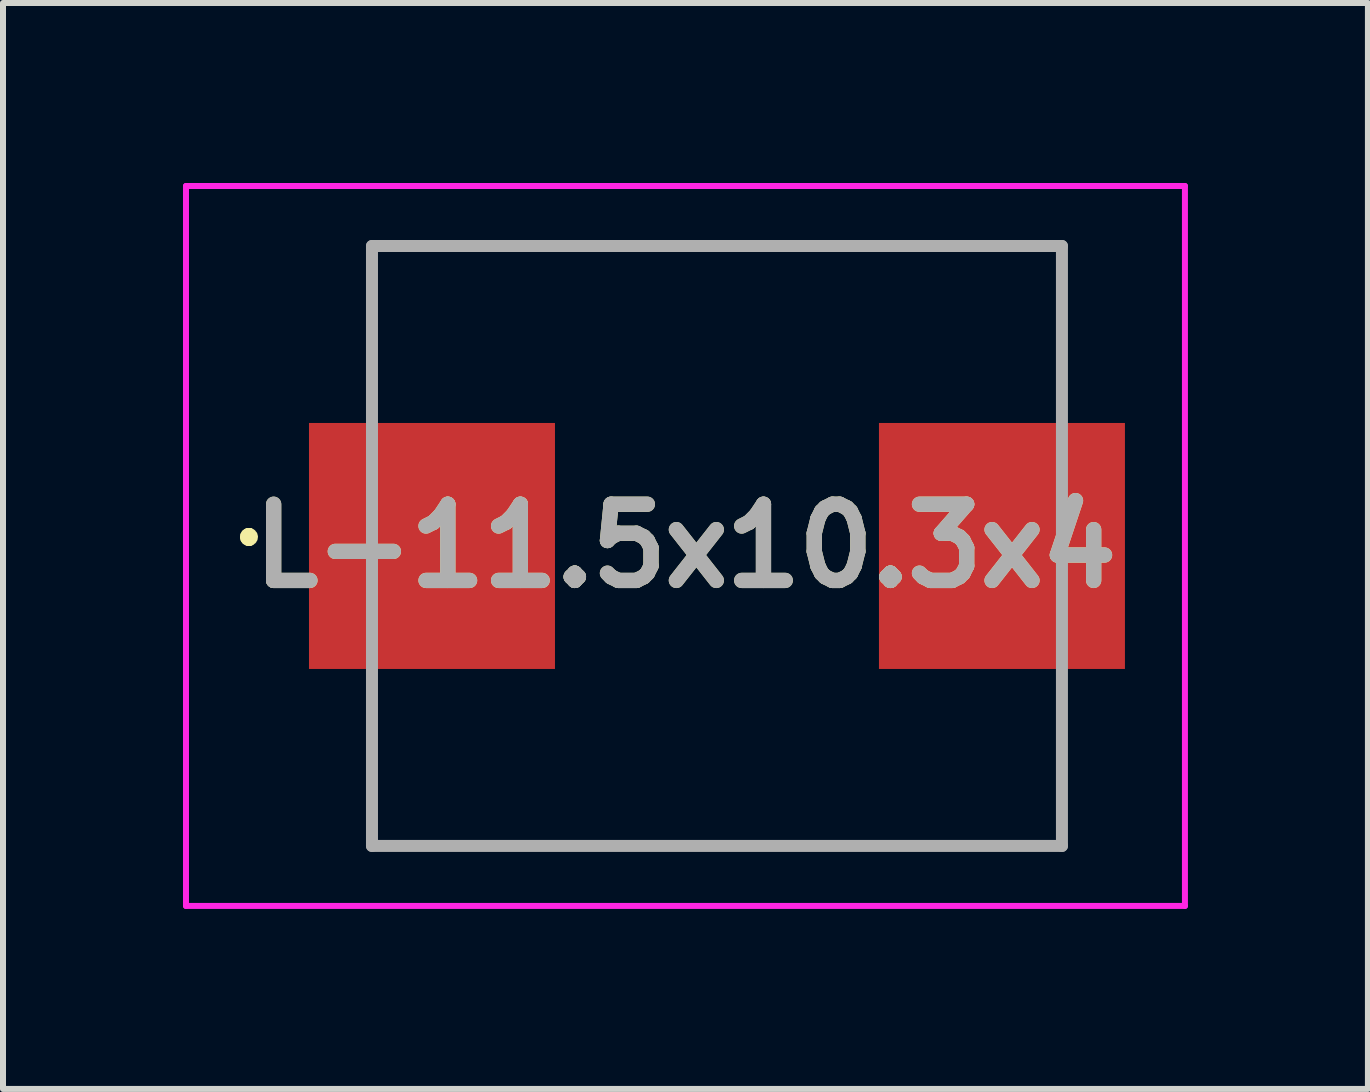
<source format=kicad_pcb>
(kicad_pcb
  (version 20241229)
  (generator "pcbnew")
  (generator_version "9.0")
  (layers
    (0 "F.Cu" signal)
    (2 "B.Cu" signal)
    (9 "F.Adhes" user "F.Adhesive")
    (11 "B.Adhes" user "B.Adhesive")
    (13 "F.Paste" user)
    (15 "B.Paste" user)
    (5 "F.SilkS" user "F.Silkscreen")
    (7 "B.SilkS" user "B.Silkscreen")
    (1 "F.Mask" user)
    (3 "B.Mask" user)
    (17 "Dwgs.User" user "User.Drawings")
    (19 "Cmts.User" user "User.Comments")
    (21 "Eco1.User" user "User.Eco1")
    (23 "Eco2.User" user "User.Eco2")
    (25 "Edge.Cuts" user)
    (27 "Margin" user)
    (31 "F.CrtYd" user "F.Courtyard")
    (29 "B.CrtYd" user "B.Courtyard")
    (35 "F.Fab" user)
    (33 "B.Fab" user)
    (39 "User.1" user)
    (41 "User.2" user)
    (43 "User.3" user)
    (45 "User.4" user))
  (footprint "L-11.5x10.3x4"
    (layer "F.Cu")
    (at 8.9 6.05)
    (property "Reference" "L-11.5x10.3x4" (at -0.525 0 0) (layer "F.SilkS") (effects (font (size 1.27 1.27) (thickness 0.254))))
    (attr smd)
    (fp_line (start -7.8 -0.2) (end -7.8 -0.2) (stroke (width 0.2) (type solid)) (layer "F.SilkS"))
    (fp_line (start -7.8 -0.2) (end -7.8 -0.2) (stroke (width 0.2) (type solid)) (layer "F.SilkS"))
    (fp_line (start -7.8 -0.1) (end -7.8 -0.1) (stroke (width 0.2) (type solid)) (layer "F.SilkS"))
    (fp_line (start -5.75 -5) (end -5.75 -5) (stroke (width 0.1) (type solid)) (layer "F.SilkS"))
    (fp_line (start -5.75 -5) (end -5.75 -5) (stroke (width 0.1) (type solid)) (layer "F.SilkS"))
    (fp_line (start -5.75 -5) (end -5.75 -2.5) (stroke (width 0.1) (type solid)) (layer "F.SilkS"))
    (fp_line (start -5.75 -5) (end 5.75 -5) (stroke (width 0.1) (type solid)) (layer "F.SilkS"))
    (fp_line (start -5.75 -2.5) (end -5.75 -5) (stroke (width 0.1) (type solid)) (layer "F.SilkS"))
    (fp_line (start -5.75 -2.5) (end -5.75 -2.5) (stroke (width 0.1) (type solid)) (layer "F.SilkS"))
    (fp_line (start -5.75 2.75) (end -5.75 2.75) (stroke (width 0.1) (type solid)) (layer "F.SilkS"))
    (fp_line (start -5.75 2.75) (end -5.75 5) (stroke (width 0.1) (type solid)) (layer "F.SilkS"))
    (fp_line (start -5.75 5) (end -5.75 2.75) (stroke (width 0.1) (type solid)) (layer "F.SilkS"))
    (fp_line (start -5.75 5) (end -5.75 5) (stroke (width 0.1) (type solid)) (layer "F.SilkS"))
    (fp_line (start -5.75 5) (end -5.75 5) (stroke (width 0.1) (type solid)) (layer "F.SilkS"))
    (fp_line (start -5.75 5) (end 5.75 5) (stroke (width 0.1) (type solid)) (layer "F.SilkS"))
    (fp_line (start 5.75 -5) (end -5.75 -5) (stroke (width 0.1) (type solid)) (layer "F.SilkS"))
    (fp_line (start 5.75 -5) (end 5.75 -5) (stroke (width 0.1) (type solid)) (layer "F.SilkS"))
    (fp_line (start 5.75 -5) (end 5.75 -5) (stroke (width 0.1) (type solid)) (layer "F.SilkS"))
    (fp_line (start 5.75 -5) (end 5.75 -2.5) (stroke (width 0.1) (type solid)) (layer "F.SilkS"))
    (fp_line (start 5.75 -2.5) (end 5.75 -5) (stroke (width 0.1) (type solid)) (layer "F.SilkS"))
    (fp_line (start 5.75 -2.5) (end 5.75 -2.5) (stroke (width 0.1) (type solid)) (layer "F.SilkS"))
    (fp_line (start 5.75 2.5) (end 5.75 2.5) (stroke (width 0.1) (type solid)) (layer "F.SilkS"))
    (fp_line (start 5.75 2.5) (end 5.75 5) (stroke (width 0.1) (type solid)) (layer "F.SilkS"))
    (fp_line (start 5.75 5) (end -5.75 5) (stroke (width 0.1) (type solid)) (layer "F.SilkS"))
    (fp_line (start 5.75 5) (end 5.75 2.5) (stroke (width 0.1) (type solid)) (layer "F.SilkS"))
    (fp_line (start 5.75 5) (end 5.75 5) (stroke (width 0.1) (type solid)) (layer "F.SilkS"))
    (fp_line (start 5.75 5) (end 5.75 5) (stroke (width 0.1) (type solid)) (layer "F.SilkS"))
    (fp_arc (start -7.8 -0.2) (mid -7.75 -0.15) (end -7.8 -0.1) (stroke (width 0.2) (type solid)) (layer "F.SilkS"))
    (fp_arc (start -7.8 -0.1) (mid -7.85 -0.15) (end -7.8 -0.2) (stroke (width 0.2) (type solid)) (layer "F.SilkS"))
    (fp_arc (start -7.8 -0.1) (mid -7.85 -0.15) (end -7.8 -0.2) (stroke (width 0.2) (type solid)) (layer "F.SilkS"))
    (fp_line (start -8.85 -6) (end 7.8 -6) (stroke (width 0.1) (type solid)) (layer "F.CrtYd"))
    (fp_line (start -8.85 6) (end -8.85 -6) (stroke (width 0.1) (type solid)) (layer "F.CrtYd"))
    (fp_line (start 7.8 -6) (end 7.8 6) (stroke (width 0.1) (type solid)) (layer "F.CrtYd"))
    (fp_line (start 7.8 6) (end -8.85 6) (stroke (width 0.1) (type solid)) (layer "F.CrtYd"))
    (fp_line (start -5.75 -5) (end -5.75 5) (stroke (width 0.2) (type solid)) (layer "F.Fab"))
    (fp_line (start -5.75 5) (end 5.75 5) (stroke (width 0.2) (type solid)) (layer "F.Fab"))
    (fp_line (start 5.75 -5) (end -5.75 -5) (stroke (width 0.2) (type solid)) (layer "F.Fab"))
    (fp_line (start 5.75 5) (end 5.75 -5) (stroke (width 0.2) (type solid)) (layer "F.Fab"))
    (fp_text user "${REFERENCE}" (at -0.525 0 0) (layer "F.Fab") (effects (font (size 1.27 1.27) (thickness 0.254))))
    (pad "1" smd rect (at -4.75 0 90) (size 4.1 4.1) (layers "F.Cu" "F.Mask" "F.Paste"))
    (pad "2" smd rect (at 4.75 0 90) (size 4.1 4.1) (layers "F.Cu" "F.Mask" "F.Paste")))
  (gr_rect
    (start -3 -3)
    (end 19.75 15.1)
    (stroke (width 0.1) (type default))
    (fill no)
    (layer "Edge.Cuts")))
</source>
